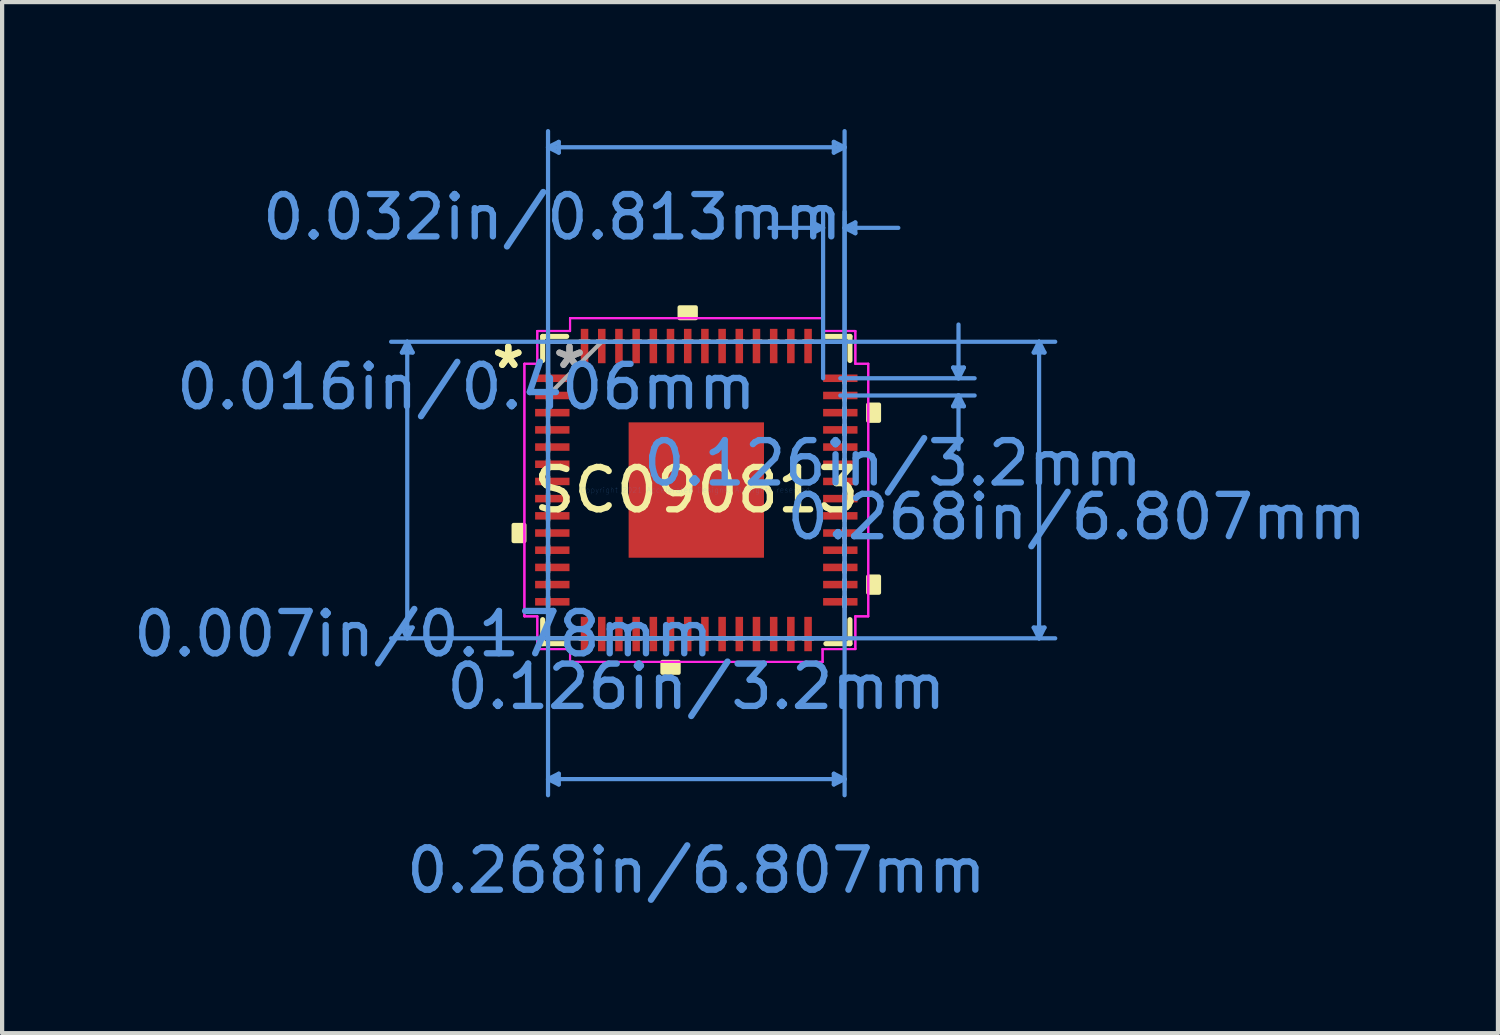
<source format=kicad_pcb>
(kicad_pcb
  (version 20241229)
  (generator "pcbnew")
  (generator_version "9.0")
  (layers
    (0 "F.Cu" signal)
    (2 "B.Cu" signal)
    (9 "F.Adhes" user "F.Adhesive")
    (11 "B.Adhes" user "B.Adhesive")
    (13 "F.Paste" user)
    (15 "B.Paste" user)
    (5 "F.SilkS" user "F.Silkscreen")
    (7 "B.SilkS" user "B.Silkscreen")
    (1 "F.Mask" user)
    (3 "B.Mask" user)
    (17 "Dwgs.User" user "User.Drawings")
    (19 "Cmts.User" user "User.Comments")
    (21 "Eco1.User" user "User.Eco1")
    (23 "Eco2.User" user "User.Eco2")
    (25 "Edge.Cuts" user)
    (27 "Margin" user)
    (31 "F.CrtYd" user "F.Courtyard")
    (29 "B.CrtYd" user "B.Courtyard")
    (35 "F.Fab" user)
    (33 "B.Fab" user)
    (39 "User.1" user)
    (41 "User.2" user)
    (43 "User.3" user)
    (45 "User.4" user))
  (footprint "SC090813"
    (layer "F.Cu")
    (at 13.41 8.534)
    (property "Reference" "SC090813" (at 0 0 0) (layer "F.SilkS") (effects (font (size 1 1) (thickness 0.15))))
    (attr through_hole)
    (fp_line (start -3.632 -3.632) (end -3.632 -3.063) (stroke (width 0.12) (type solid)) (layer "F.SilkS"))
    (fp_line (start -3.632 3.063) (end -3.632 3.632) (stroke (width 0.12) (type solid)) (layer "F.SilkS"))
    (fp_line (start -3.632 3.632) (end -3.063 3.632) (stroke (width 0.12) (type solid)) (layer "F.SilkS"))
    (fp_line (start -3.063 -3.632) (end -3.632 -3.632) (stroke (width 0.12) (type solid)) (layer "F.SilkS"))
    (fp_line (start 3.063 3.632) (end 3.632 3.632) (stroke (width 0.12) (type solid)) (layer "F.SilkS"))
    (fp_line (start 3.632 -3.632) (end 3.063 -3.632) (stroke (width 0.12) (type solid)) (layer "F.SilkS"))
    (fp_line (start 3.632 -3.063) (end 3.632 -3.632) (stroke (width 0.12) (type solid)) (layer "F.SilkS"))
    (fp_line (start 3.632 3.632) (end 3.632 3.063) (stroke (width 0.12) (type solid)) (layer "F.SilkS"))
    (fp_poly (pts (xy -4.318 0.826) (xy -4.318 1.206) (xy -4.064 1.206) (xy -4.064 0.826)) (stroke (width 0.1) (type solid)) (fill yes) (layer "F.SilkS"))
    (fp_poly (pts (xy -0.8 4.064) (xy -0.8 4.318) (xy -0.419 4.318) (xy -0.419 4.064)) (stroke (width 0.1) (type solid)) (fill yes) (layer "F.SilkS"))
    (fp_poly (pts (xy -0.394 -4.064) (xy -0.394 -4.318) (xy -0.013 -4.318) (xy -0.013 -4.064)) (stroke (width 0.1) (type solid)) (fill yes) (layer "F.SilkS"))
    (fp_poly (pts (xy 4.318 -2.019) (xy 4.318 -1.638) (xy 4.064 -1.638) (xy 4.064 -2.019)) (stroke (width 0.1) (type solid)) (fill yes) (layer "F.SilkS"))
    (fp_poly (pts (xy 4.318 2.045) (xy 4.318 2.426) (xy 4.064 2.426) (xy 4.064 2.045)) (stroke (width 0.1) (type solid)) (fill yes) (layer "F.SilkS"))
    (fp_poly (pts (xy -1.5 -1.5) (xy -1.5 -0.1) (xy -0.1 -0.1) (xy -0.1 -1.5)) (stroke (width 0.1) (type solid)) (fill yes) (layer "F.Paste"))
    (fp_poly (pts (xy -1.5 0.1) (xy -1.5 1.5) (xy -0.1 1.5) (xy -0.1 0.1)) (stroke (width 0.1) (type solid)) (fill yes) (layer "F.Paste"))
    (fp_poly (pts (xy 0.1 -1.5) (xy 0.1 -0.1) (xy 1.5 -0.1) (xy 1.5 -1.5)) (stroke (width 0.1) (type solid)) (fill yes) (layer "F.Paste"))
    (fp_poly (pts (xy 0.1 0.1) (xy 0.1 1.5) (xy 1.5 1.5) (xy 1.5 0.1)) (stroke (width 0.1) (type solid)) (fill yes) (layer "F.Paste"))
    (fp_line (start -6.96 -3.251) (end -6.706 -3.251) (stroke (width 0.1) (type solid)) (layer "Cmts.User"))
    (fp_line (start -6.96 3.251) (end -6.706 3.251) (stroke (width 0.1) (type solid)) (layer "Cmts.User"))
    (fp_line (start -6.833 -3.505) (end -6.96 -3.251) (stroke (width 0.1) (type solid)) (layer "Cmts.User"))
    (fp_line (start -6.833 -3.505) (end -6.833 3.505) (stroke (width 0.1) (type solid)) (layer "Cmts.User"))
    (fp_line (start -6.833 -3.505) (end -6.706 -3.251) (stroke (width 0.1) (type solid)) (layer "Cmts.User"))
    (fp_line (start -6.833 3.505) (end -6.96 3.251) (stroke (width 0.1) (type solid)) (layer "Cmts.User"))
    (fp_line (start -6.833 3.505) (end -6.706 3.251) (stroke (width 0.1) (type solid)) (layer "Cmts.User"))
    (fp_line (start -3.505 -8.103) (end -3.251 -8.23) (stroke (width 0.1) (type solid)) (layer "Cmts.User"))
    (fp_line (start -3.505 -8.103) (end -3.251 -7.976) (stroke (width 0.1) (type solid)) (layer "Cmts.User"))
    (fp_line (start -3.505 -8.103) (end 3.505 -8.103) (stroke (width 0.1) (type solid)) (layer "Cmts.User"))
    (fp_line (start -3.505 -3.505) (end -3.505 7.214) (stroke (width 0.1) (type solid)) (layer "Cmts.User"))
    (fp_line (start -3.505 -2.642) (end -3.505 -8.484) (stroke (width 0.1) (type solid)) (layer "Cmts.User"))
    (fp_line (start -3.505 6.833) (end -3.251 6.706) (stroke (width 0.1) (type solid)) (layer "Cmts.User"))
    (fp_line (start -3.505 6.833) (end -3.251 6.96) (stroke (width 0.1) (type solid)) (layer "Cmts.User"))
    (fp_line (start -3.505 6.833) (end 3.505 6.833) (stroke (width 0.1) (type solid)) (layer "Cmts.User"))
    (fp_line (start -3.251 -8.23) (end -3.251 -7.976) (stroke (width 0.1) (type solid)) (layer "Cmts.User"))
    (fp_line (start -3.251 6.706) (end -3.251 6.96) (stroke (width 0.1) (type solid)) (layer "Cmts.User"))
    (fp_line (start 2.642 -3.505) (end 8.484 -3.505) (stroke (width 0.1) (type solid)) (layer "Cmts.User"))
    (fp_line (start 2.642 3.505) (end 8.484 3.505) (stroke (width 0.1) (type solid)) (layer "Cmts.User"))
    (fp_line (start 2.743 -6.325) (end 2.743 -6.071) (stroke (width 0.1) (type solid)) (layer "Cmts.User"))
    (fp_line (start 2.997 -6.198) (end 1.727 -6.198) (stroke (width 0.1) (type solid)) (layer "Cmts.User"))
    (fp_line (start 2.997 -6.198) (end 2.743 -6.325) (stroke (width 0.1) (type solid)) (layer "Cmts.User"))
    (fp_line (start 2.997 -6.198) (end 2.743 -6.071) (stroke (width 0.1) (type solid)) (layer "Cmts.User"))
    (fp_line (start 2.997 -2.642) (end 2.997 -6.579) (stroke (width 0.1) (type solid)) (layer "Cmts.User"))
    (fp_line (start 3.251 -8.23) (end 3.251 -7.976) (stroke (width 0.1) (type solid)) (layer "Cmts.User"))
    (fp_line (start 3.251 6.706) (end 3.251 6.96) (stroke (width 0.1) (type solid)) (layer "Cmts.User"))
    (fp_line (start 3.404 -2.642) (end 6.579 -2.642) (stroke (width 0.1) (type solid)) (layer "Cmts.User"))
    (fp_line (start 3.404 -2.235) (end 6.579 -2.235) (stroke (width 0.1) (type solid)) (layer "Cmts.User"))
    (fp_line (start 3.505 -8.103) (end 3.251 -8.23) (stroke (width 0.1) (type solid)) (layer "Cmts.User"))
    (fp_line (start 3.505 -8.103) (end 3.251 -7.976) (stroke (width 0.1) (type solid)) (layer "Cmts.User"))
    (fp_line (start 3.505 -6.198) (end 3.759 -6.325) (stroke (width 0.1) (type solid)) (layer "Cmts.User"))
    (fp_line (start 3.505 -6.198) (end 3.759 -6.071) (stroke (width 0.1) (type solid)) (layer "Cmts.User"))
    (fp_line (start 3.505 -6.198) (end 4.775 -6.198) (stroke (width 0.1) (type solid)) (layer "Cmts.User"))
    (fp_line (start 3.505 -3.505) (end -7.214 -3.505) (stroke (width 0.1) (type solid)) (layer "Cmts.User"))
    (fp_line (start 3.505 -3.505) (end 3.505 7.214) (stroke (width 0.1) (type solid)) (layer "Cmts.User"))
    (fp_line (start 3.505 -2.642) (end 3.505 -8.484) (stroke (width 0.1) (type solid)) (layer "Cmts.User"))
    (fp_line (start 3.505 -2.642) (end 3.505 -6.579) (stroke (width 0.1) (type solid)) (layer "Cmts.User"))
    (fp_line (start 3.505 3.505) (end -7.214 3.505) (stroke (width 0.1) (type solid)) (layer "Cmts.User"))
    (fp_line (start 3.505 6.833) (end 3.251 6.706) (stroke (width 0.1) (type solid)) (layer "Cmts.User"))
    (fp_line (start 3.505 6.833) (end 3.251 6.96) (stroke (width 0.1) (type solid)) (layer "Cmts.User"))
    (fp_line (start 3.759 -6.325) (end 3.759 -6.071) (stroke (width 0.1) (type solid)) (layer "Cmts.User"))
    (fp_line (start 6.071 -2.896) (end 6.325 -2.896) (stroke (width 0.1) (type solid)) (layer "Cmts.User"))
    (fp_line (start 6.071 -1.981) (end 6.325 -1.981) (stroke (width 0.1) (type solid)) (layer "Cmts.User"))
    (fp_line (start 6.198 -2.642) (end 6.071 -2.896) (stroke (width 0.1) (type solid)) (layer "Cmts.User"))
    (fp_line (start 6.198 -2.642) (end 6.198 -3.912) (stroke (width 0.1) (type solid)) (layer "Cmts.User"))
    (fp_line (start 6.198 -2.642) (end 6.325 -2.896) (stroke (width 0.1) (type solid)) (layer "Cmts.User"))
    (fp_line (start 6.198 -2.235) (end 6.071 -1.981) (stroke (width 0.1) (type solid)) (layer "Cmts.User"))
    (fp_line (start 6.198 -2.235) (end 6.198 -0.965) (stroke (width 0.1) (type solid)) (layer "Cmts.User"))
    (fp_line (start 6.198 -2.235) (end 6.325 -1.981) (stroke (width 0.1) (type solid)) (layer "Cmts.User"))
    (fp_line (start 7.976 -3.251) (end 8.23 -3.251) (stroke (width 0.1) (type solid)) (layer "Cmts.User"))
    (fp_line (start 7.976 3.251) (end 8.23 3.251) (stroke (width 0.1) (type solid)) (layer "Cmts.User"))
    (fp_line (start 8.103 -3.505) (end 7.976 -3.251) (stroke (width 0.1) (type solid)) (layer "Cmts.User"))
    (fp_line (start 8.103 -3.505) (end 8.103 3.505) (stroke (width 0.1) (type solid)) (layer "Cmts.User"))
    (fp_line (start 8.103 -3.505) (end 8.23 -3.251) (stroke (width 0.1) (type solid)) (layer "Cmts.User"))
    (fp_line (start 8.103 3.505) (end 7.976 3.251) (stroke (width 0.1) (type solid)) (layer "Cmts.User"))
    (fp_line (start 8.103 3.505) (end 8.23 3.251) (stroke (width 0.1) (type solid)) (layer "Cmts.User"))
    (fp_line (start -4.064 -2.985) (end -3.759 -2.985) (stroke (width 0.05) (type solid)) (layer "F.CrtYd"))
    (fp_line (start -4.064 -2.985) (end -3.759 -2.985) (stroke (width 0.05) (type solid)) (layer "F.CrtYd"))
    (fp_line (start -4.064 2.985) (end -4.064 -2.985) (stroke (width 0.05) (type solid)) (layer "F.CrtYd"))
    (fp_line (start -4.064 2.985) (end -4.064 -2.985) (stroke (width 0.05) (type solid)) (layer "F.CrtYd"))
    (fp_line (start -3.759 -3.759) (end -2.985 -3.759) (stroke (width 0.05) (type solid)) (layer "F.CrtYd"))
    (fp_line (start -3.759 -3.759) (end -2.985 -3.759) (stroke (width 0.05) (type solid)) (layer "F.CrtYd"))
    (fp_line (start -3.759 -2.985) (end -3.759 -3.759) (stroke (width 0.05) (type solid)) (layer "F.CrtYd"))
    (fp_line (start -3.759 -2.985) (end -3.759 -3.759) (stroke (width 0.05) (type solid)) (layer "F.CrtYd"))
    (fp_line (start -3.759 2.985) (end -4.064 2.985) (stroke (width 0.05) (type solid)) (layer "F.CrtYd"))
    (fp_line (start -3.759 2.985) (end -4.064 2.985) (stroke (width 0.05) (type solid)) (layer "F.CrtYd"))
    (fp_line (start -3.759 3.759) (end -3.759 2.985) (stroke (width 0.05) (type solid)) (layer "F.CrtYd"))
    (fp_line (start -3.759 3.759) (end -3.759 2.985) (stroke (width 0.05) (type solid)) (layer "F.CrtYd"))
    (fp_line (start -2.985 -4.064) (end 2.985 -4.064) (stroke (width 0.05) (type solid)) (layer "F.CrtYd"))
    (fp_line (start -2.985 -4.064) (end 2.985 -4.064) (stroke (width 0.05) (type solid)) (layer "F.CrtYd"))
    (fp_line (start -2.985 -3.759) (end -2.985 -4.064) (stroke (width 0.05) (type solid)) (layer "F.CrtYd"))
    (fp_line (start -2.985 -3.759) (end -2.985 -4.064) (stroke (width 0.05) (type solid)) (layer "F.CrtYd"))
    (fp_line (start -2.985 3.759) (end -3.759 3.759) (stroke (width 0.05) (type solid)) (layer "F.CrtYd"))
    (fp_line (start -2.985 3.759) (end -3.759 3.759) (stroke (width 0.05) (type solid)) (layer "F.CrtYd"))
    (fp_line (start -2.985 4.064) (end -2.985 3.759) (stroke (width 0.05) (type solid)) (layer "F.CrtYd"))
    (fp_line (start -2.985 4.064) (end -2.985 3.759) (stroke (width 0.05) (type solid)) (layer "F.CrtYd"))
    (fp_line (start 2.985 -4.064) (end 2.985 -3.759) (stroke (width 0.05) (type solid)) (layer "F.CrtYd"))
    (fp_line (start 2.985 -4.064) (end 2.985 -3.759) (stroke (width 0.05) (type solid)) (layer "F.CrtYd"))
    (fp_line (start 2.985 -3.759) (end 3.759 -3.759) (stroke (width 0.05) (type solid)) (layer "F.CrtYd"))
    (fp_line (start 2.985 -3.759) (end 3.759 -3.759) (stroke (width 0.05) (type solid)) (layer "F.CrtYd"))
    (fp_line (start 2.985 3.759) (end 2.985 4.064) (stroke (width 0.05) (type solid)) (layer "F.CrtYd"))
    (fp_line (start 2.985 3.759) (end 2.985 4.064) (stroke (width 0.05) (type solid)) (layer "F.CrtYd"))
    (fp_line (start 2.985 4.064) (end -2.985 4.064) (stroke (width 0.05) (type solid)) (layer "F.CrtYd"))
    (fp_line (start 2.985 4.064) (end -2.985 4.064) (stroke (width 0.05) (type solid)) (layer "F.CrtYd"))
    (fp_line (start 3.759 -3.759) (end 3.759 -2.985) (stroke (width 0.05) (type solid)) (layer "F.CrtYd"))
    (fp_line (start 3.759 -3.759) (end 3.759 -2.985) (stroke (width 0.05) (type solid)) (layer "F.CrtYd"))
    (fp_line (start 3.759 -2.985) (end 4.064 -2.985) (stroke (width 0.05) (type solid)) (layer "F.CrtYd"))
    (fp_line (start 3.759 -2.985) (end 4.064 -2.985) (stroke (width 0.05) (type solid)) (layer "F.CrtYd"))
    (fp_line (start 3.759 2.985) (end 3.759 3.759) (stroke (width 0.05) (type solid)) (layer "F.CrtYd"))
    (fp_line (start 3.759 2.985) (end 3.759 3.759) (stroke (width 0.05) (type solid)) (layer "F.CrtYd"))
    (fp_line (start 3.759 3.759) (end 2.985 3.759) (stroke (width 0.05) (type solid)) (layer "F.CrtYd"))
    (fp_line (start 3.759 3.759) (end 2.985 3.759) (stroke (width 0.05) (type solid)) (layer "F.CrtYd"))
    (fp_line (start 4.064 -2.985) (end 4.064 2.985) (stroke (width 0.05) (type solid)) (layer "F.CrtYd"))
    (fp_line (start 4.064 -2.985) (end 4.064 2.985) (stroke (width 0.05) (type solid)) (layer "F.CrtYd"))
    (fp_line (start 4.064 2.985) (end 3.759 2.985) (stroke (width 0.05) (type solid)) (layer "F.CrtYd"))
    (fp_line (start 4.064 2.985) (end 3.759 2.985) (stroke (width 0.05) (type solid)) (layer "F.CrtYd"))
    (fp_line (start -3.505 -3.505) (end -3.505 -3.505) (stroke (width 0.1) (type solid)) (layer "F.Fab"))
    (fp_line (start -3.505 -3.505) (end -3.505 3.505) (stroke (width 0.1) (type solid)) (layer "F.Fab"))
    (fp_line (start -3.505 -2.756) (end -3.505 -2.756) (stroke (width 0.1) (type solid)) (layer "F.Fab"))
    (fp_line (start -3.505 -2.756) (end -3.505 -2.527) (stroke (width 0.1) (type solid)) (layer "F.Fab"))
    (fp_line (start -3.505 -2.527) (end -3.505 -2.756) (stroke (width 0.1) (type solid)) (layer "F.Fab"))
    (fp_line (start -3.505 -2.527) (end -3.505 -2.527) (stroke (width 0.1) (type solid)) (layer "F.Fab"))
    (fp_line (start -3.505 -2.349) (end -3.505 -2.349) (stroke (width 0.1) (type solid)) (layer "F.Fab"))
    (fp_line (start -3.505 -2.349) (end -3.505 -2.121) (stroke (width 0.1) (type solid)) (layer "F.Fab"))
    (fp_line (start -3.505 -2.235) (end -2.235 -3.505) (stroke (width 0.1) (type solid)) (layer "F.Fab"))
    (fp_line (start -3.505 -2.121) (end -3.505 -2.349) (stroke (width 0.1) (type solid)) (layer "F.Fab"))
    (fp_line (start -3.505 -2.121) (end -3.505 -2.121) (stroke (width 0.1) (type solid)) (layer "F.Fab"))
    (fp_line (start -3.505 -1.943) (end -3.505 -1.943) (stroke (width 0.1) (type solid)) (layer "F.Fab"))
    (fp_line (start -3.505 -1.943) (end -3.505 -1.714) (stroke (width 0.1) (type solid)) (layer "F.Fab"))
    (fp_line (start -3.505 -1.714) (end -3.505 -1.943) (stroke (width 0.1) (type solid)) (layer "F.Fab"))
    (fp_line (start -3.505 -1.714) (end -3.505 -1.714) (stroke (width 0.1) (type solid)) (layer "F.Fab"))
    (fp_line (start -3.505 -1.537) (end -3.505 -1.537) (stroke (width 0.1) (type solid)) (layer "F.Fab"))
    (fp_line (start -3.505 -1.537) (end -3.505 -1.308) (stroke (width 0.1) (type solid)) (layer "F.Fab"))
    (fp_line (start -3.505 -1.308) (end -3.505 -1.537) (stroke (width 0.1) (type solid)) (layer "F.Fab"))
    (fp_line (start -3.505 -1.308) (end -3.505 -1.308) (stroke (width 0.1) (type solid)) (layer "F.Fab"))
    (fp_line (start -3.505 -1.13) (end -3.505 -1.13) (stroke (width 0.1) (type solid)) (layer "F.Fab"))
    (fp_line (start -3.505 -1.13) (end -3.505 -0.902) (stroke (width 0.1) (type solid)) (layer "F.Fab"))
    (fp_line (start -3.505 -0.902) (end -3.505 -1.13) (stroke (width 0.1) (type solid)) (layer "F.Fab"))
    (fp_line (start -3.505 -0.902) (end -3.505 -0.902) (stroke (width 0.1) (type solid)) (layer "F.Fab"))
    (fp_line (start -3.505 -0.724) (end -3.505 -0.724) (stroke (width 0.1) (type solid)) (layer "F.Fab"))
    (fp_line (start -3.505 -0.724) (end -3.505 -0.495) (stroke (width 0.1) (type solid)) (layer "F.Fab"))
    (fp_line (start -3.505 -0.495) (end -3.505 -0.724) (stroke (width 0.1) (type solid)) (layer "F.Fab"))
    (fp_line (start -3.505 -0.495) (end -3.505 -0.495) (stroke (width 0.1) (type solid)) (layer "F.Fab"))
    (fp_line (start -3.505 -0.318) (end -3.505 -0.318) (stroke (width 0.1) (type solid)) (layer "F.Fab"))
    (fp_line (start -3.505 -0.318) (end -3.505 -0.089) (stroke (width 0.1) (type solid)) (layer "F.Fab"))
    (fp_line (start -3.505 -0.089) (end -3.505 -0.318) (stroke (width 0.1) (type solid)) (layer "F.Fab"))
    (fp_line (start -3.505 -0.089) (end -3.505 -0.089) (stroke (width 0.1) (type solid)) (layer "F.Fab"))
    (fp_line (start -3.505 0.089) (end -3.505 0.089) (stroke (width 0.1) (type solid)) (layer "F.Fab"))
    (fp_line (start -3.505 0.089) (end -3.505 0.318) (stroke (width 0.1) (type solid)) (layer "F.Fab"))
    (fp_line (start -3.505 0.318) (end -3.505 0.089) (stroke (width 0.1) (type solid)) (layer "F.Fab"))
    (fp_line (start -3.505 0.318) (end -3.505 0.318) (stroke (width 0.1) (type solid)) (layer "F.Fab"))
    (fp_line (start -3.505 0.495) (end -3.505 0.495) (stroke (width 0.1) (type solid)) (layer "F.Fab"))
    (fp_line (start -3.505 0.495) (end -3.505 0.724) (stroke (width 0.1) (type solid)) (layer "F.Fab"))
    (fp_line (start -3.505 0.724) (end -3.505 0.495) (stroke (width 0.1) (type solid)) (layer "F.Fab"))
    (fp_line (start -3.505 0.724) (end -3.505 0.724) (stroke (width 0.1) (type solid)) (layer "F.Fab"))
    (fp_line (start -3.505 0.902) (end -3.505 0.902) (stroke (width 0.1) (type solid)) (layer "F.Fab"))
    (fp_line (start -3.505 0.902) (end -3.505 1.13) (stroke (width 0.1) (type solid)) (layer "F.Fab"))
    (fp_line (start -3.505 1.13) (end -3.505 0.902) (stroke (width 0.1) (type solid)) (layer "F.Fab"))
    (fp_line (start -3.505 1.13) (end -3.505 1.13) (stroke (width 0.1) (type solid)) (layer "F.Fab"))
    (fp_line (start -3.505 1.308) (end -3.505 1.308) (stroke (width 0.1) (type solid)) (layer "F.Fab"))
    (fp_line (start -3.505 1.308) (end -3.505 1.537) (stroke (width 0.1) (type solid)) (layer "F.Fab"))
    (fp_line (start -3.505 1.537) (end -3.505 1.308) (stroke (width 0.1) (type solid)) (layer "F.Fab"))
    (fp_line (start -3.505 1.537) (end -3.505 1.537) (stroke (width 0.1) (type solid)) (layer "F.Fab"))
    (fp_line (start -3.505 1.714) (end -3.505 1.714) (stroke (width 0.1) (type solid)) (layer "F.Fab"))
    (fp_line (start -3.505 1.714) (end -3.505 1.943) (stroke (width 0.1) (type solid)) (layer "F.Fab"))
    (fp_line (start -3.505 1.943) (end -3.505 1.714) (stroke (width 0.1) (type solid)) (layer "F.Fab"))
    (fp_line (start -3.505 1.943) (end -3.505 1.943) (stroke (width 0.1) (type solid)) (layer "F.Fab"))
    (fp_line (start -3.505 2.121) (end -3.505 2.121) (stroke (width 0.1) (type solid)) (layer "F.Fab"))
    (fp_line (start -3.505 2.121) (end -3.505 2.349) (stroke (width 0.1) (type solid)) (layer "F.Fab"))
    (fp_line (start -3.505 2.349) (end -3.505 2.121) (stroke (width 0.1) (type solid)) (layer "F.Fab"))
    (fp_line (start -3.505 2.349) (end -3.505 2.349) (stroke (width 0.1) (type solid)) (layer "F.Fab"))
    (fp_line (start -3.505 2.527) (end -3.505 2.527) (stroke (width 0.1) (type solid)) (layer "F.Fab"))
    (fp_line (start -3.505 2.527) (end -3.505 2.756) (stroke (width 0.1) (type solid)) (layer "F.Fab"))
    (fp_line (start -3.505 2.756) (end -3.505 2.527) (stroke (width 0.1) (type solid)) (layer "F.Fab"))
    (fp_line (start -3.505 2.756) (end -3.505 2.756) (stroke (width 0.1) (type solid)) (layer "F.Fab"))
    (fp_line (start -3.505 3.505) (end -3.505 3.505) (stroke (width 0.1) (type solid)) (layer "F.Fab"))
    (fp_line (start -3.505 3.505) (end 3.505 3.505) (stroke (width 0.1) (type solid)) (layer "F.Fab"))
    (fp_line (start -2.756 -3.505) (end -2.756 -3.505) (stroke (width 0.1) (type solid)) (layer "F.Fab"))
    (fp_line (start -2.756 -3.505) (end -2.527 -3.505) (stroke (width 0.1) (type solid)) (layer "F.Fab"))
    (fp_line (start -2.756 3.505) (end -2.756 3.505) (stroke (width 0.1) (type solid)) (layer "F.Fab"))
    (fp_line (start -2.756 3.505) (end -2.527 3.505) (stroke (width 0.1) (type solid)) (layer "F.Fab"))
    (fp_line (start -2.527 -3.505) (end -2.756 -3.505) (stroke (width 0.1) (type solid)) (layer "F.Fab"))
    (fp_line (start -2.527 -3.505) (end -2.527 -3.505) (stroke (width 0.1) (type solid)) (layer "F.Fab"))
    (fp_line (start -2.527 3.505) (end -2.756 3.505) (stroke (width 0.1) (type solid)) (layer "F.Fab"))
    (fp_line (start -2.527 3.505) (end -2.527 3.505) (stroke (width 0.1) (type solid)) (layer "F.Fab"))
    (fp_line (start -2.349 -3.505) (end -2.349 -3.505) (stroke (width 0.1) (type solid)) (layer "F.Fab"))
    (fp_line (start -2.349 -3.505) (end -2.121 -3.505) (stroke (width 0.1) (type solid)) (layer "F.Fab"))
    (fp_line (start -2.349 3.505) (end -2.349 3.505) (stroke (width 0.1) (type solid)) (layer "F.Fab"))
    (fp_line (start -2.349 3.505) (end -2.121 3.505) (stroke (width 0.1) (type solid)) (layer "F.Fab"))
    (fp_line (start -2.121 -3.505) (end -2.349 -3.505) (stroke (width 0.1) (type solid)) (layer "F.Fab"))
    (fp_line (start -2.121 -3.505) (end -2.121 -3.505) (stroke (width 0.1) (type solid)) (layer "F.Fab"))
    (fp_line (start -2.121 3.505) (end -2.349 3.505) (stroke (width 0.1) (type solid)) (layer "F.Fab"))
    (fp_line (start -2.121 3.505) (end -2.121 3.505) (stroke (width 0.1) (type solid)) (layer "F.Fab"))
    (fp_line (start -1.943 -3.505) (end -1.943 -3.505) (stroke (width 0.1) (type solid)) (layer "F.Fab"))
    (fp_line (start -1.943 -3.505) (end -1.714 -3.505) (stroke (width 0.1) (type solid)) (layer "F.Fab"))
    (fp_line (start -1.943 3.505) (end -1.943 3.505) (stroke (width 0.1) (type solid)) (layer "F.Fab"))
    (fp_line (start -1.943 3.505) (end -1.714 3.505) (stroke (width 0.1) (type solid)) (layer "F.Fab"))
    (fp_line (start -1.714 -3.505) (end -1.943 -3.505) (stroke (width 0.1) (type solid)) (layer "F.Fab"))
    (fp_line (start -1.714 -3.505) (end -1.714 -3.505) (stroke (width 0.1) (type solid)) (layer "F.Fab"))
    (fp_line (start -1.714 3.505) (end -1.943 3.505) (stroke (width 0.1) (type solid)) (layer "F.Fab"))
    (fp_line (start -1.714 3.505) (end -1.714 3.505) (stroke (width 0.1) (type solid)) (layer "F.Fab"))
    (fp_line (start -1.537 -3.505) (end -1.537 -3.505) (stroke (width 0.1) (type solid)) (layer "F.Fab"))
    (fp_line (start -1.537 -3.505) (end -1.308 -3.505) (stroke (width 0.1) (type solid)) (layer "F.Fab"))
    (fp_line (start -1.537 3.505) (end -1.537 3.505) (stroke (width 0.1) (type solid)) (layer "F.Fab"))
    (fp_line (start -1.537 3.505) (end -1.308 3.505) (stroke (width 0.1) (type solid)) (layer "F.Fab"))
    (fp_line (start -1.308 -3.505) (end -1.537 -3.505) (stroke (width 0.1) (type solid)) (layer "F.Fab"))
    (fp_line (start -1.308 -3.505) (end -1.308 -3.505) (stroke (width 0.1) (type solid)) (layer "F.Fab"))
    (fp_line (start -1.308 3.505) (end -1.537 3.505) (stroke (width 0.1) (type solid)) (layer "F.Fab"))
    (fp_line (start -1.308 3.505) (end -1.308 3.505) (stroke (width 0.1) (type solid)) (layer "F.Fab"))
    (fp_line (start -1.13 -3.505) (end -1.13 -3.505) (stroke (width 0.1) (type solid)) (layer "F.Fab"))
    (fp_line (start -1.13 -3.505) (end -0.902 -3.505) (stroke (width 0.1) (type solid)) (layer "F.Fab"))
    (fp_line (start -1.13 3.505) (end -1.13 3.505) (stroke (width 0.1) (type solid)) (layer "F.Fab"))
    (fp_line (start -1.13 3.505) (end -0.902 3.505) (stroke (width 0.1) (type solid)) (layer "F.Fab"))
    (fp_line (start -0.902 -3.505) (end -1.13 -3.505) (stroke (width 0.1) (type solid)) (layer "F.Fab"))
    (fp_line (start -0.902 -3.505) (end -0.902 -3.505) (stroke (width 0.1) (type solid)) (layer "F.Fab"))
    (fp_line (start -0.902 3.505) (end -1.13 3.505) (stroke (width 0.1) (type solid)) (layer "F.Fab"))
    (fp_line (start -0.902 3.505) (end -0.902 3.505) (stroke (width 0.1) (type solid)) (layer "F.Fab"))
    (fp_line (start -0.724 -3.505) (end -0.724 -3.505) (stroke (width 0.1) (type solid)) (layer "F.Fab"))
    (fp_line (start -0.724 -3.505) (end -0.495 -3.505) (stroke (width 0.1) (type solid)) (layer "F.Fab"))
    (fp_line (start -0.724 3.505) (end -0.724 3.505) (stroke (width 0.1) (type solid)) (layer "F.Fab"))
    (fp_line (start -0.724 3.505) (end -0.495 3.505) (stroke (width 0.1) (type solid)) (layer "F.Fab"))
    (fp_line (start -0.495 -3.505) (end -0.724 -3.505) (stroke (width 0.1) (type solid)) (layer "F.Fab"))
    (fp_line (start -0.495 -3.505) (end -0.495 -3.505) (stroke (width 0.1) (type solid)) (layer "F.Fab"))
    (fp_line (start -0.495 3.505) (end -0.724 3.505) (stroke (width 0.1) (type solid)) (layer "F.Fab"))
    (fp_line (start -0.495 3.505) (end -0.495 3.505) (stroke (width 0.1) (type solid)) (layer "F.Fab"))
    (fp_line (start -0.318 -3.505) (end -0.318 -3.505) (stroke (width 0.1) (type solid)) (layer "F.Fab"))
    (fp_line (start -0.318 -3.505) (end -0.089 -3.505) (stroke (width 0.1) (type solid)) (layer "F.Fab"))
    (fp_line (start -0.318 3.505) (end -0.318 3.505) (stroke (width 0.1) (type solid)) (layer "F.Fab"))
    (fp_line (start -0.318 3.505) (end -0.089 3.505) (stroke (width 0.1) (type solid)) (layer "F.Fab"))
    (fp_line (start -0.089 -3.505) (end -0.318 -3.505) (stroke (width 0.1) (type solid)) (layer "F.Fab"))
    (fp_line (start -0.089 -3.505) (end -0.089 -3.505) (stroke (width 0.1) (type solid)) (layer "F.Fab"))
    (fp_line (start -0.089 3.505) (end -0.318 3.505) (stroke (width 0.1) (type solid)) (layer "F.Fab"))
    (fp_line (start -0.089 3.505) (end -0.089 3.505) (stroke (width 0.1) (type solid)) (layer "F.Fab"))
    (fp_line (start 0.089 -3.505) (end 0.089 -3.505) (stroke (width 0.1) (type solid)) (layer "F.Fab"))
    (fp_line (start 0.089 -3.505) (end 0.318 -3.505) (stroke (width 0.1) (type solid)) (layer "F.Fab"))
    (fp_line (start 0.089 3.505) (end 0.089 3.505) (stroke (width 0.1) (type solid)) (layer "F.Fab"))
    (fp_line (start 0.089 3.505) (end 0.318 3.505) (stroke (width 0.1) (type solid)) (layer "F.Fab"))
    (fp_line (start 0.318 -3.505) (end 0.089 -3.505) (stroke (width 0.1) (type solid)) (layer "F.Fab"))
    (fp_line (start 0.318 -3.505) (end 0.318 -3.505) (stroke (width 0.1) (type solid)) (layer "F.Fab"))
    (fp_line (start 0.318 3.505) (end 0.089 3.505) (stroke (width 0.1) (type solid)) (layer "F.Fab"))
    (fp_line (start 0.318 3.505) (end 0.318 3.505) (stroke (width 0.1) (type solid)) (layer "F.Fab"))
    (fp_line (start 0.495 -3.505) (end 0.495 -3.505) (stroke (width 0.1) (type solid)) (layer "F.Fab"))
    (fp_line (start 0.495 -3.505) (end 0.724 -3.505) (stroke (width 0.1) (type solid)) (layer "F.Fab"))
    (fp_line (start 0.495 3.505) (end 0.495 3.505) (stroke (width 0.1) (type solid)) (layer "F.Fab"))
    (fp_line (start 0.495 3.505) (end 0.724 3.505) (stroke (width 0.1) (type solid)) (layer "F.Fab"))
    (fp_line (start 0.724 -3.505) (end 0.495 -3.505) (stroke (width 0.1) (type solid)) (layer "F.Fab"))
    (fp_line (start 0.724 -3.505) (end 0.724 -3.505) (stroke (width 0.1) (type solid)) (layer "F.Fab"))
    (fp_line (start 0.724 3.505) (end 0.495 3.505) (stroke (width 0.1) (type solid)) (layer "F.Fab"))
    (fp_line (start 0.724 3.505) (end 0.724 3.505) (stroke (width 0.1) (type solid)) (layer "F.Fab"))
    (fp_line (start 0.902 -3.505) (end 0.902 -3.505) (stroke (width 0.1) (type solid)) (layer "F.Fab"))
    (fp_line (start 0.902 -3.505) (end 1.13 -3.505) (stroke (width 0.1) (type solid)) (layer "F.Fab"))
    (fp_line (start 0.902 3.505) (end 0.902 3.505) (stroke (width 0.1) (type solid)) (layer "F.Fab"))
    (fp_line (start 0.902 3.505) (end 1.13 3.505) (stroke (width 0.1) (type solid)) (layer "F.Fab"))
    (fp_line (start 1.13 -3.505) (end 0.902 -3.505) (stroke (width 0.1) (type solid)) (layer "F.Fab"))
    (fp_line (start 1.13 -3.505) (end 1.13 -3.505) (stroke (width 0.1) (type solid)) (layer "F.Fab"))
    (fp_line (start 1.13 3.505) (end 0.902 3.505) (stroke (width 0.1) (type solid)) (layer "F.Fab"))
    (fp_line (start 1.13 3.505) (end 1.13 3.505) (stroke (width 0.1) (type solid)) (layer "F.Fab"))
    (fp_line (start 1.308 -3.505) (end 1.308 -3.505) (stroke (width 0.1) (type solid)) (layer "F.Fab"))
    (fp_line (start 1.308 -3.505) (end 1.537 -3.505) (stroke (width 0.1) (type solid)) (layer "F.Fab"))
    (fp_line (start 1.308 3.505) (end 1.308 3.505) (stroke (width 0.1) (type solid)) (layer "F.Fab"))
    (fp_line (start 1.308 3.505) (end 1.537 3.505) (stroke (width 0.1) (type solid)) (layer "F.Fab"))
    (fp_line (start 1.537 -3.505) (end 1.308 -3.505) (stroke (width 0.1) (type solid)) (layer "F.Fab"))
    (fp_line (start 1.537 -3.505) (end 1.537 -3.505) (stroke (width 0.1) (type solid)) (layer "F.Fab"))
    (fp_line (start 1.537 3.505) (end 1.308 3.505) (stroke (width 0.1) (type solid)) (layer "F.Fab"))
    (fp_line (start 1.537 3.505) (end 1.537 3.505) (stroke (width 0.1) (type solid)) (layer "F.Fab"))
    (fp_line (start 1.714 -3.505) (end 1.714 -3.505) (stroke (width 0.1) (type solid)) (layer "F.Fab"))
    (fp_line (start 1.714 -3.505) (end 1.943 -3.505) (stroke (width 0.1) (type solid)) (layer "F.Fab"))
    (fp_line (start 1.714 3.505) (end 1.714 3.505) (stroke (width 0.1) (type solid)) (layer "F.Fab"))
    (fp_line (start 1.714 3.505) (end 1.943 3.505) (stroke (width 0.1) (type solid)) (layer "F.Fab"))
    (fp_line (start 1.943 -3.505) (end 1.714 -3.505) (stroke (width 0.1) (type solid)) (layer "F.Fab"))
    (fp_line (start 1.943 -3.505) (end 1.943 -3.505) (stroke (width 0.1) (type solid)) (layer "F.Fab"))
    (fp_line (start 1.943 3.505) (end 1.714 3.505) (stroke (width 0.1) (type solid)) (layer "F.Fab"))
    (fp_line (start 1.943 3.505) (end 1.943 3.505) (stroke (width 0.1) (type solid)) (layer "F.Fab"))
    (fp_line (start 2.121 -3.505) (end 2.121 -3.505) (stroke (width 0.1) (type solid)) (layer "F.Fab"))
    (fp_line (start 2.121 -3.505) (end 2.349 -3.505) (stroke (width 0.1) (type solid)) (layer "F.Fab"))
    (fp_line (start 2.121 3.505) (end 2.121 3.505) (stroke (width 0.1) (type solid)) (layer "F.Fab"))
    (fp_line (start 2.121 3.505) (end 2.349 3.505) (stroke (width 0.1) (type solid)) (layer "F.Fab"))
    (fp_line (start 2.349 -3.505) (end 2.121 -3.505) (stroke (width 0.1) (type solid)) (layer "F.Fab"))
    (fp_line (start 2.349 -3.505) (end 2.349 -3.505) (stroke (width 0.1) (type solid)) (layer "F.Fab"))
    (fp_line (start 2.349 3.505) (end 2.121 3.505) (stroke (width 0.1) (type solid)) (layer "F.Fab"))
    (fp_line (start 2.349 3.505) (end 2.349 3.505) (stroke (width 0.1) (type solid)) (layer "F.Fab"))
    (fp_line (start 2.527 -3.505) (end 2.527 -3.505) (stroke (width 0.1) (type solid)) (layer "F.Fab"))
    (fp_line (start 2.527 -3.505) (end 2.756 -3.505) (stroke (width 0.1) (type solid)) (layer "F.Fab"))
    (fp_line (start 2.527 3.505) (end 2.527 3.505) (stroke (width 0.1) (type solid)) (layer "F.Fab"))
    (fp_line (start 2.527 3.505) (end 2.756 3.505) (stroke (width 0.1) (type solid)) (layer "F.Fab"))
    (fp_line (start 2.756 -3.505) (end 2.527 -3.505) (stroke (width 0.1) (type solid)) (layer "F.Fab"))
    (fp_line (start 2.756 -3.505) (end 2.756 -3.505) (stroke (width 0.1) (type solid)) (layer "F.Fab"))
    (fp_line (start 2.756 3.505) (end 2.527 3.505) (stroke (width 0.1) (type solid)) (layer "F.Fab"))
    (fp_line (start 2.756 3.505) (end 2.756 3.505) (stroke (width 0.1) (type solid)) (layer "F.Fab"))
    (fp_line (start 3.505 -3.505) (end -3.505 -3.505) (stroke (width 0.1) (type solid)) (layer "F.Fab"))
    (fp_line (start 3.505 -3.505) (end 3.505 -3.505) (stroke (width 0.1) (type solid)) (layer "F.Fab"))
    (fp_line (start 3.505 -2.756) (end 3.505 -2.756) (stroke (width 0.1) (type solid)) (layer "F.Fab"))
    (fp_line (start 3.505 -2.756) (end 3.505 -2.527) (stroke (width 0.1) (type solid)) (layer "F.Fab"))
    (fp_line (start 3.505 -2.527) (end 3.505 -2.756) (stroke (width 0.1) (type solid)) (layer "F.Fab"))
    (fp_line (start 3.505 -2.527) (end 3.505 -2.527) (stroke (width 0.1) (type solid)) (layer "F.Fab"))
    (fp_line (start 3.505 -2.349) (end 3.505 -2.349) (stroke (width 0.1) (type solid)) (layer "F.Fab"))
    (fp_line (start 3.505 -2.349) (end 3.505 -2.121) (stroke (width 0.1) (type solid)) (layer "F.Fab"))
    (fp_line (start 3.505 -2.121) (end 3.505 -2.349) (stroke (width 0.1) (type solid)) (layer "F.Fab"))
    (fp_line (start 3.505 -2.121) (end 3.505 -2.121) (stroke (width 0.1) (type solid)) (layer "F.Fab"))
    (fp_line (start 3.505 -1.943) (end 3.505 -1.943) (stroke (width 0.1) (type solid)) (layer "F.Fab"))
    (fp_line (start 3.505 -1.943) (end 3.505 -1.714) (stroke (width 0.1) (type solid)) (layer "F.Fab"))
    (fp_line (start 3.505 -1.714) (end 3.505 -1.943) (stroke (width 0.1) (type solid)) (layer "F.Fab"))
    (fp_line (start 3.505 -1.714) (end 3.505 -1.714) (stroke (width 0.1) (type solid)) (layer "F.Fab"))
    (fp_line (start 3.505 -1.537) (end 3.505 -1.537) (stroke (width 0.1) (type solid)) (layer "F.Fab"))
    (fp_line (start 3.505 -1.537) (end 3.505 -1.308) (stroke (width 0.1) (type solid)) (layer "F.Fab"))
    (fp_line (start 3.505 -1.308) (end 3.505 -1.537) (stroke (width 0.1) (type solid)) (layer "F.Fab"))
    (fp_line (start 3.505 -1.308) (end 3.505 -1.308) (stroke (width 0.1) (type solid)) (layer "F.Fab"))
    (fp_line (start 3.505 -1.13) (end 3.505 -1.13) (stroke (width 0.1) (type solid)) (layer "F.Fab"))
    (fp_line (start 3.505 -1.13) (end 3.505 -0.902) (stroke (width 0.1) (type solid)) (layer "F.Fab"))
    (fp_line (start 3.505 -0.902) (end 3.505 -1.13) (stroke (width 0.1) (type solid)) (layer "F.Fab"))
    (fp_line (start 3.505 -0.902) (end 3.505 -0.902) (stroke (width 0.1) (type solid)) (layer "F.Fab"))
    (fp_line (start 3.505 -0.724) (end 3.505 -0.724) (stroke (width 0.1) (type solid)) (layer "F.Fab"))
    (fp_line (start 3.505 -0.724) (end 3.505 -0.495) (stroke (width 0.1) (type solid)) (layer "F.Fab"))
    (fp_line (start 3.505 -0.495) (end 3.505 -0.724) (stroke (width 0.1) (type solid)) (layer "F.Fab"))
    (fp_line (start 3.505 -0.495) (end 3.505 -0.495) (stroke (width 0.1) (type solid)) (layer "F.Fab"))
    (fp_line (start 3.505 -0.318) (end 3.505 -0.318) (stroke (width 0.1) (type solid)) (layer "F.Fab"))
    (fp_line (start 3.505 -0.318) (end 3.505 -0.089) (stroke (width 0.1) (type solid)) (layer "F.Fab"))
    (fp_line (start 3.505 -0.089) (end 3.505 -0.318) (stroke (width 0.1) (type solid)) (layer "F.Fab"))
    (fp_line (start 3.505 -0.089) (end 3.505 -0.089) (stroke (width 0.1) (type solid)) (layer "F.Fab"))
    (fp_line (start 3.505 0.089) (end 3.505 0.089) (stroke (width 0.1) (type solid)) (layer "F.Fab"))
    (fp_line (start 3.505 0.089) (end 3.505 0.318) (stroke (width 0.1) (type solid)) (layer "F.Fab"))
    (fp_line (start 3.505 0.318) (end 3.505 0.089) (stroke (width 0.1) (type solid)) (layer "F.Fab"))
    (fp_line (start 3.505 0.318) (end 3.505 0.318) (stroke (width 0.1) (type solid)) (layer "F.Fab"))
    (fp_line (start 3.505 0.495) (end 3.505 0.495) (stroke (width 0.1) (type solid)) (layer "F.Fab"))
    (fp_line (start 3.505 0.495) (end 3.505 0.724) (stroke (width 0.1) (type solid)) (layer "F.Fab"))
    (fp_line (start 3.505 0.724) (end 3.505 0.495) (stroke (width 0.1) (type solid)) (layer "F.Fab"))
    (fp_line (start 3.505 0.724) (end 3.505 0.724) (stroke (width 0.1) (type solid)) (layer "F.Fab"))
    (fp_line (start 3.505 0.902) (end 3.505 0.902) (stroke (width 0.1) (type solid)) (layer "F.Fab"))
    (fp_line (start 3.505 0.902) (end 3.505 1.13) (stroke (width 0.1) (type solid)) (layer "F.Fab"))
    (fp_line (start 3.505 1.13) (end 3.505 0.902) (stroke (width 0.1) (type solid)) (layer "F.Fab"))
    (fp_line (start 3.505 1.13) (end 3.505 1.13) (stroke (width 0.1) (type solid)) (layer "F.Fab"))
    (fp_line (start 3.505 1.308) (end 3.505 1.308) (stroke (width 0.1) (type solid)) (layer "F.Fab"))
    (fp_line (start 3.505 1.308) (end 3.505 1.537) (stroke (width 0.1) (type solid)) (layer "F.Fab"))
    (fp_line (start 3.505 1.537) (end 3.505 1.308) (stroke (width 0.1) (type solid)) (layer "F.Fab"))
    (fp_line (start 3.505 1.537) (end 3.505 1.537) (stroke (width 0.1) (type solid)) (layer "F.Fab"))
    (fp_line (start 3.505 1.714) (end 3.505 1.714) (stroke (width 0.1) (type solid)) (layer "F.Fab"))
    (fp_line (start 3.505 1.714) (end 3.505 1.943) (stroke (width 0.1) (type solid)) (layer "F.Fab"))
    (fp_line (start 3.505 1.943) (end 3.505 1.714) (stroke (width 0.1) (type solid)) (layer "F.Fab"))
    (fp_line (start 3.505 1.943) (end 3.505 1.943) (stroke (width 0.1) (type solid)) (layer "F.Fab"))
    (fp_line (start 3.505 2.121) (end 3.505 2.121) (stroke (width 0.1) (type solid)) (layer "F.Fab"))
    (fp_line (start 3.505 2.121) (end 3.505 2.349) (stroke (width 0.1) (type solid)) (layer "F.Fab"))
    (fp_line (start 3.505 2.349) (end 3.505 2.121) (stroke (width 0.1) (type solid)) (layer "F.Fab"))
    (fp_line (start 3.505 2.349) (end 3.505 2.349) (stroke (width 0.1) (type solid)) (layer "F.Fab"))
    (fp_line (start 3.505 2.527) (end 3.505 2.527) (stroke (width 0.1) (type solid)) (layer "F.Fab"))
    (fp_line (start 3.505 2.527) (end 3.505 2.756) (stroke (width 0.1) (type solid)) (layer "F.Fab"))
    (fp_line (start 3.505 2.756) (end 3.505 2.527) (stroke (width 0.1) (type solid)) (layer "F.Fab"))
    (fp_line (start 3.505 2.756) (end 3.505 2.756) (stroke (width 0.1) (type solid)) (layer "F.Fab"))
    (fp_line (start 3.505 3.505) (end 3.505 -3.505) (stroke (width 0.1) (type solid)) (layer "F.Fab"))
    (fp_line (start 3.505 3.505) (end 3.505 3.505) (stroke (width 0.1) (type solid)) (layer "F.Fab"))
    (fp_text user "*" (at -4.445 -2.845 0) (layer "F.SilkS") (effects (font (size 1 1) (thickness 0.15))))
    (fp_text user "*" (at -4.445 -2.845 0) (layer "F.SilkS") (effects (font (size 1 1) (thickness 0.15))))
    (fp_text user "0.126in/3.2mm" (at 0 4.648 0) (layer "Cmts.User") (effects (font (size 1 1) (thickness 0.15))))
    (fp_text user "0.268in/6.807mm" (at 0 8.992 0) (layer "Cmts.User") (effects (font (size 1 1) (thickness 0.15))))
    (fp_text user "Copyright 2021 Accelerated Designs. All rights reserved." (at 0 0 0) (layer "Cmts.User") (effects (font (size 0.127 0.127) (thickness 0.002))))
    (fp_text user "0.007in/0.178mm" (at -6.452 3.404 0) (layer "Cmts.User") (effects (font (size 1 1) (thickness 0.15))))
    (fp_text user "0.016in/0.406mm" (at -5.436 -2.438 0) (layer "Cmts.User") (effects (font (size 1 1) (thickness 0.15))))
    (fp_text user "0.268in/6.807mm" (at 8.992 0.635 0) (layer "Cmts.User") (effects (font (size 1 1) (thickness 0.15))))
    (fp_text user "0.032in/0.813mm" (at -3.404 -6.452 0) (layer "Cmts.User") (effects (font (size 1 1) (thickness 0.15))))
    (fp_text user "0.126in/3.2mm" (at 4.648 -0.635 0) (layer "Cmts.User") (effects (font (size 1 1) (thickness 0.15))))
    (fp_text user "*" (at -2.997 -2.845 0) (layer "F.Fab") (effects (font (size 1 1) (thickness 0.15))))
    (fp_text user "*" (at -2.997 -2.845 0) (layer "F.Fab") (effects (font (size 1 1) (thickness 0.15))))
    (pad "1" smd rect (at -3.404 -2.642 90) (size 0.178 0.813) (layers "F.Cu" "F.Mask" "F.Paste"))
    (pad "2" smd rect (at -3.404 -2.235 90) (size 0.178 0.813) (layers "F.Cu" "F.Mask" "F.Paste"))
    (pad "3" smd rect (at -3.404 -1.829 90) (size 0.178 0.813) (layers "F.Cu" "F.Mask" "F.Paste"))
    (pad "4" smd rect (at -3.404 -1.422 90) (size 0.178 0.813) (layers "F.Cu" "F.Mask" "F.Paste"))
    (pad "5" smd rect (at -3.404 -1.016 90) (size 0.178 0.813) (layers "F.Cu" "F.Mask" "F.Paste"))
    (pad "6" smd rect (at -3.404 -0.61 90) (size 0.178 0.813) (layers "F.Cu" "F.Mask" "F.Paste"))
    (pad "7" smd rect (at -3.404 -0.203 90) (size 0.178 0.813) (layers "F.Cu" "F.Mask" "F.Paste"))
    (pad "8" smd rect (at -3.404 0.203 90) (size 0.178 0.813) (layers "F.Cu" "F.Mask" "F.Paste"))
    (pad "9" smd rect (at -3.404 0.61 90) (size 0.178 0.813) (layers "F.Cu" "F.Mask" "F.Paste"))
    (pad "10" smd rect (at -3.404 1.016 90) (size 0.178 0.813) (layers "F.Cu" "F.Mask" "F.Paste"))
    (pad "11" smd rect (at -3.404 1.422 90) (size 0.178 0.813) (layers "F.Cu" "F.Mask" "F.Paste"))
    (pad "12" smd rect (at -3.404 1.829 90) (size 0.178 0.813) (layers "F.Cu" "F.Mask" "F.Paste"))
    (pad "13" smd rect (at -3.404 2.235 90) (size 0.178 0.813) (layers "F.Cu" "F.Mask" "F.Paste"))
    (pad "14" smd rect (at -3.404 2.642 90) (size 0.178 0.813) (layers "F.Cu" "F.Mask" "F.Paste"))
    (pad "15" smd rect (at -2.642 3.404) (size 0.178 0.813) (layers "F.Cu" "F.Mask" "F.Paste"))
    (pad "16" smd rect (at -2.235 3.404) (size 0.178 0.813) (layers "F.Cu" "F.Mask" "F.Paste"))
    (pad "17" smd rect (at -1.829 3.404) (size 0.178 0.813) (layers "F.Cu" "F.Mask" "F.Paste"))
    (pad "18" smd rect (at -1.422 3.404) (size 0.178 0.813) (layers "F.Cu" "F.Mask" "F.Paste"))
    (pad "19" smd rect (at -1.016 3.404) (size 0.178 0.813) (layers "F.Cu" "F.Mask" "F.Paste"))
    (pad "20" smd rect (at -0.61 3.404) (size 0.178 0.813) (layers "F.Cu" "F.Mask" "F.Paste"))
    (pad "21" smd rect (at -0.203 3.404) (size 0.178 0.813) (layers "F.Cu" "F.Mask" "F.Paste"))
    (pad "22" smd rect (at 0.203 3.404) (size 0.178 0.813) (layers "F.Cu" "F.Mask" "F.Paste"))
    (pad "23" smd rect (at 0.61 3.404) (size 0.178 0.813) (layers "F.Cu" "F.Mask" "F.Paste"))
    (pad "24" smd rect (at 1.016 3.404) (size 0.178 0.813) (layers "F.Cu" "F.Mask" "F.Paste"))
    (pad "25" smd rect (at 1.422 3.404) (size 0.178 0.813) (layers "F.Cu" "F.Mask" "F.Paste"))
    (pad "26" smd rect (at 1.829 3.404) (size 0.178 0.813) (layers "F.Cu" "F.Mask" "F.Paste"))
    (pad "27" smd rect (at 2.235 3.404) (size 0.178 0.813) (layers "F.Cu" "F.Mask" "F.Paste"))
    (pad "28" smd rect (at 2.642 3.404) (size 0.178 0.813) (layers "F.Cu" "F.Mask" "F.Paste"))
    (pad "29" smd rect (at 3.404 2.642 90) (size 0.178 0.813) (layers "F.Cu" "F.Mask" "F.Paste"))
    (pad "30" smd rect (at 3.404 2.235 90) (size 0.178 0.813) (layers "F.Cu" "F.Mask" "F.Paste"))
    (pad "31" smd rect (at 3.404 1.829 90) (size 0.178 0.813) (layers "F.Cu" "F.Mask" "F.Paste"))
    (pad "32" smd rect (at 3.404 1.422 90) (size 0.178 0.813) (layers "F.Cu" "F.Mask" "F.Paste"))
    (pad "33" smd rect (at 3.404 1.016 90) (size 0.178 0.813) (layers "F.Cu" "F.Mask" "F.Paste"))
    (pad "34" smd rect (at 3.404 0.61 90) (size 0.178 0.813) (layers "F.Cu" "F.Mask" "F.Paste"))
    (pad "35" smd rect (at 3.404 0.203 90) (size 0.178 0.813) (layers "F.Cu" "F.Mask" "F.Paste"))
    (pad "36" smd rect (at 3.404 -0.203 90) (size 0.178 0.813) (layers "F.Cu" "F.Mask" "F.Paste"))
    (pad "37" smd rect (at 3.404 -0.61 90) (size 0.178 0.813) (layers "F.Cu" "F.Mask" "F.Paste"))
    (pad "38" smd rect (at 3.404 -1.016 90) (size 0.178 0.813) (layers "F.Cu" "F.Mask" "F.Paste"))
    (pad "39" smd rect (at 3.404 -1.422 90) (size 0.178 0.813) (layers "F.Cu" "F.Mask" "F.Paste"))
    (pad "40" smd rect (at 3.404 -1.829 90) (size 0.178 0.813) (layers "F.Cu" "F.Mask" "F.Paste"))
    (pad "41" smd rect (at 3.404 -2.235 90) (size 0.178 0.813) (layers "F.Cu" "F.Mask" "F.Paste"))
    (pad "42" smd rect (at 3.404 -2.642 90) (size 0.178 0.813) (layers "F.Cu" "F.Mask" "F.Paste"))
    (pad "43" smd rect (at 2.642 -3.404) (size 0.178 0.813) (layers "F.Cu" "F.Mask" "F.Paste"))
    (pad "44" smd rect (at 2.235 -3.404) (size 0.178 0.813) (layers "F.Cu" "F.Mask" "F.Paste"))
    (pad "45" smd rect (at 1.829 -3.404) (size 0.178 0.813) (layers "F.Cu" "F.Mask" "F.Paste"))
    (pad "46" smd rect (at 1.422 -3.404) (size 0.178 0.813) (layers "F.Cu" "F.Mask" "F.Paste"))
    (pad "47" smd rect (at 1.016 -3.404) (size 0.178 0.813) (layers "F.Cu" "F.Mask" "F.Paste"))
    (pad "48" smd rect (at 0.61 -3.404) (size 0.178 0.813) (layers "F.Cu" "F.Mask" "F.Paste"))
    (pad "49" smd rect (at 0.203 -3.404) (size 0.178 0.813) (layers "F.Cu" "F.Mask" "F.Paste"))
    (pad "50" smd rect (at -0.203 -3.404) (size 0.178 0.813) (layers "F.Cu" "F.Mask" "F.Paste"))
    (pad "51" smd rect (at -0.61 -3.404) (size 0.178 0.813) (layers "F.Cu" "F.Mask" "F.Paste"))
    (pad "52" smd rect (at -1.016 -3.404) (size 0.178 0.813) (layers "F.Cu" "F.Mask" "F.Paste"))
    (pad "53" smd rect (at -1.422 -3.404) (size 0.178 0.813) (layers "F.Cu" "F.Mask" "F.Paste"))
    (pad "54" smd rect (at -1.829 -3.404) (size 0.178 0.813) (layers "F.Cu" "F.Mask" "F.Paste"))
    (pad "55" smd rect (at -2.235 -3.404) (size 0.178 0.813) (layers "F.Cu" "F.Mask" "F.Paste"))
    (pad "56" smd rect (at -2.642 -3.404) (size 0.178 0.813) (layers "F.Cu" "F.Mask" "F.Paste"))
    (pad "57" smd rect (at 0 0) (size 3.2 3.2) (layers "F.Cu" "F.Mask")))
  (gr_rect
    (start -3 -3)
    (end 32.36 21.373)
    (stroke (width 0.1) (type default))
    (fill no)
    (layer "Edge.Cuts")))
</source>
